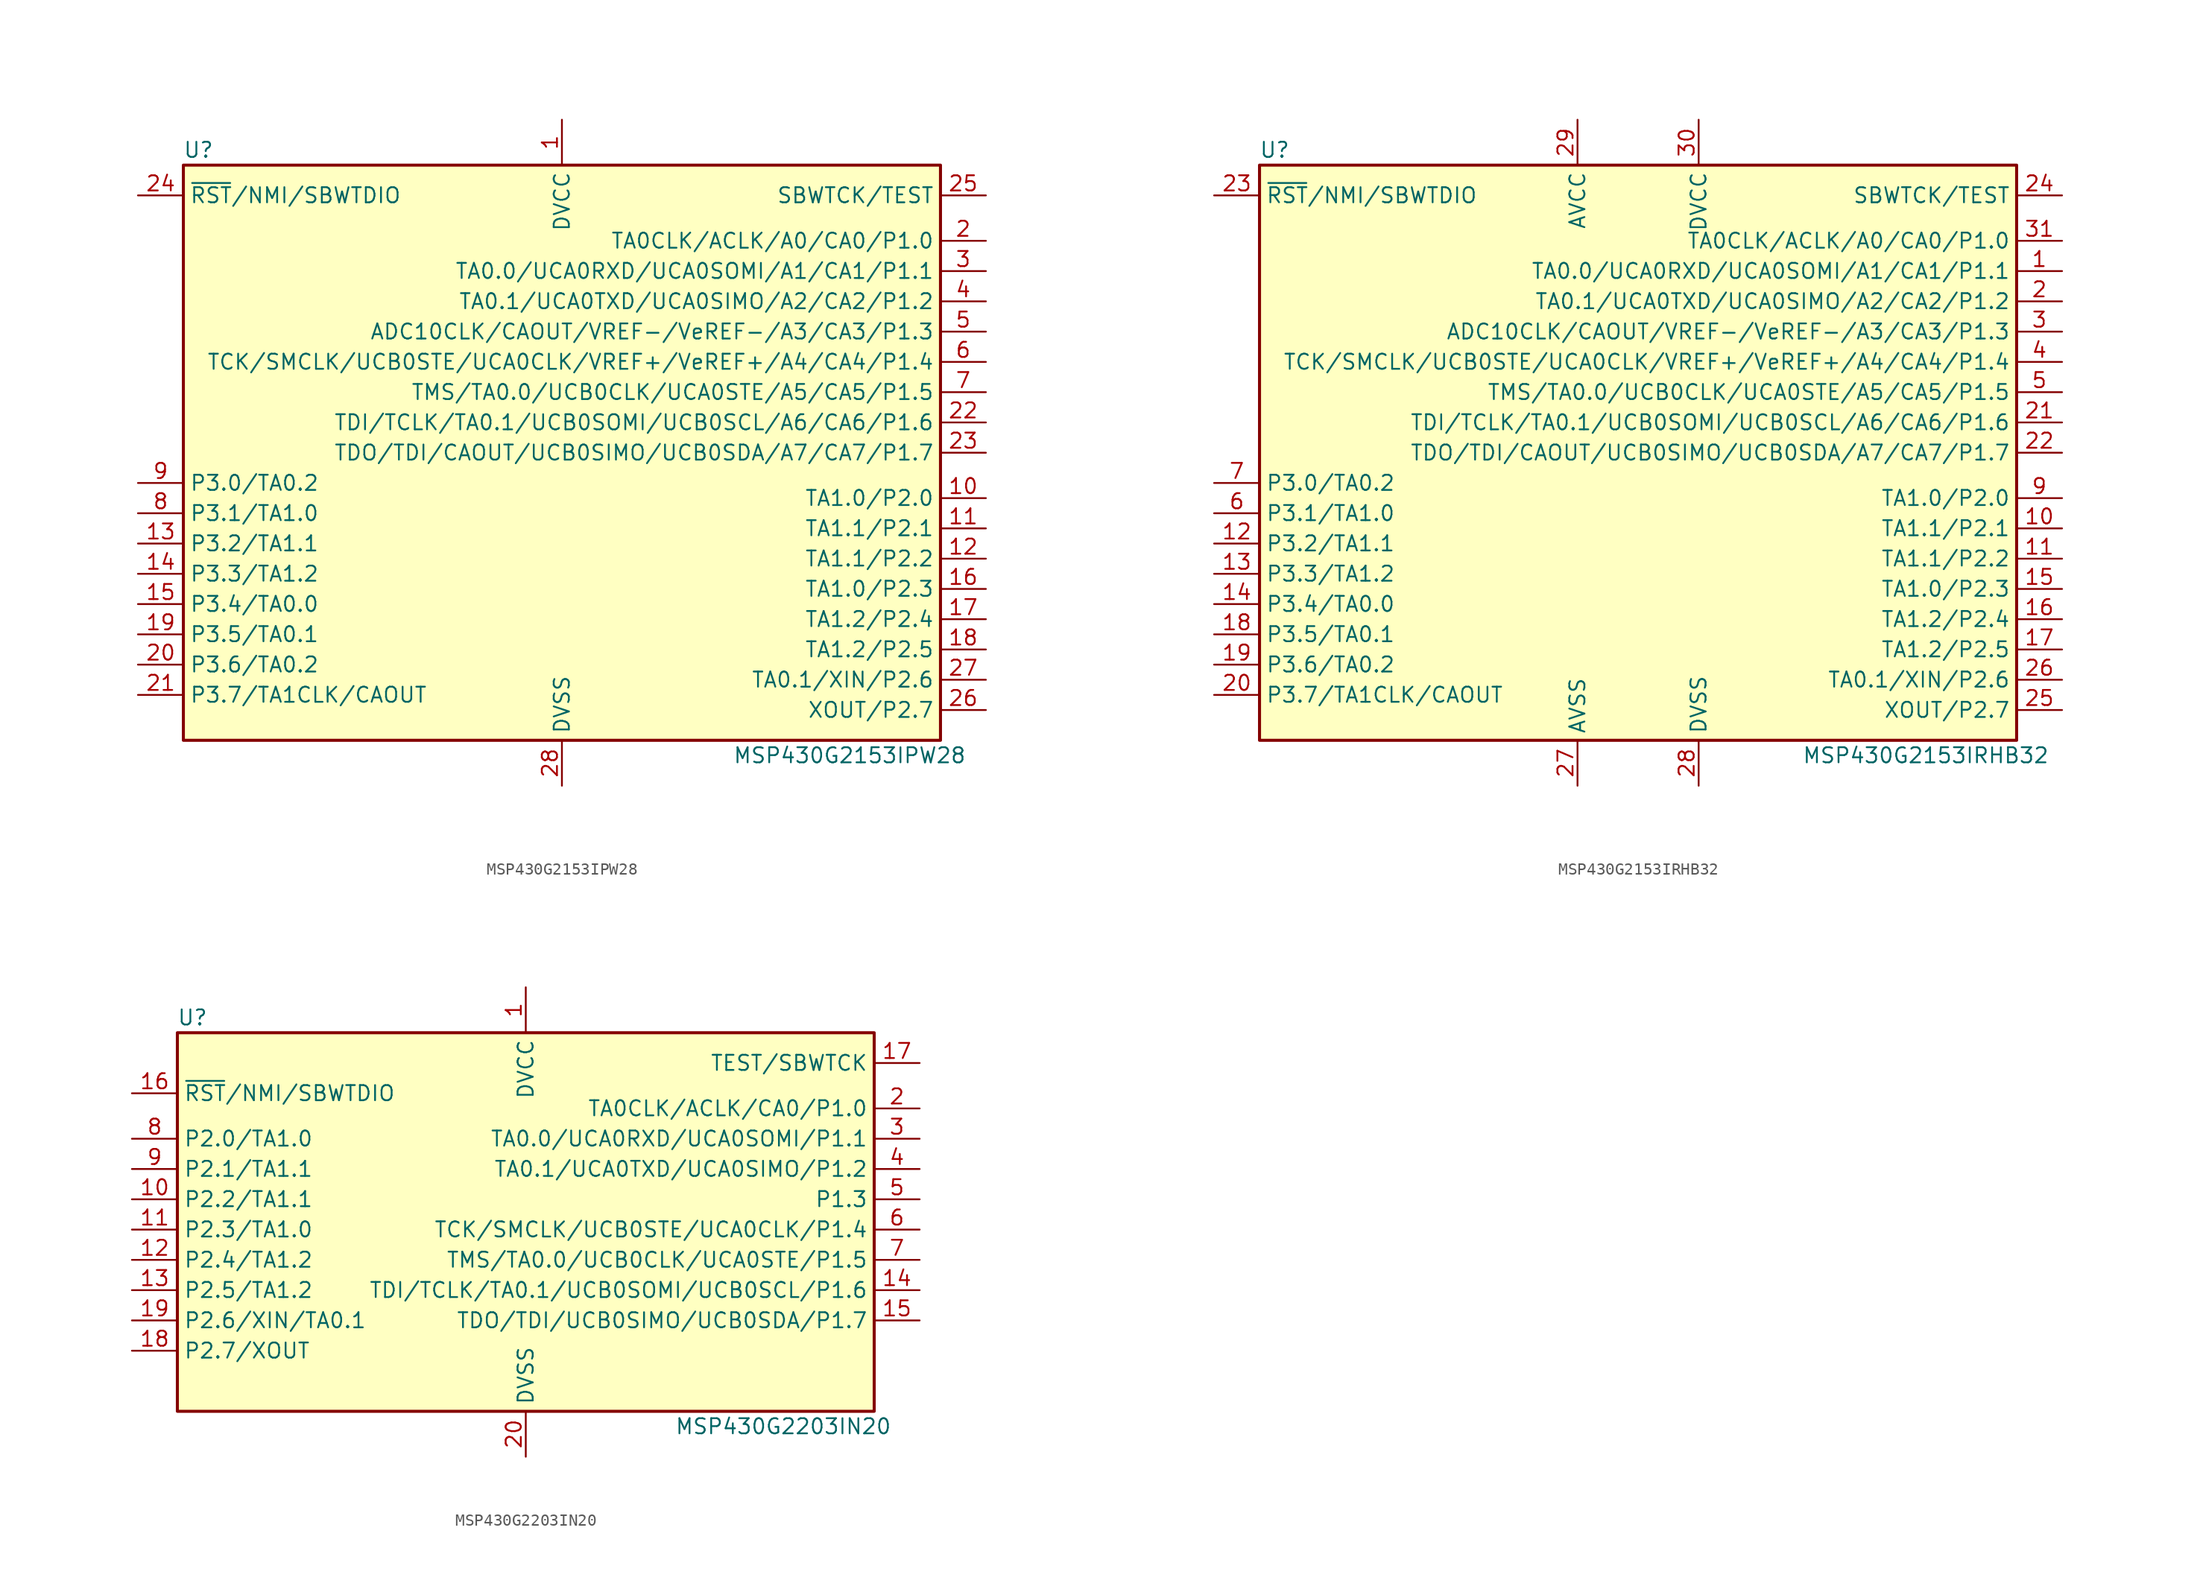
<source format=kicad_sym>
(kicad_symbol_lib
  (version 20201005)
  (generator kicad_symbol_editor)
  (symbol "MCU_Texas_MSP430:MSP430G2153IPW28"
    (property "Reference" "U"
      (at -30.48 25.4 0)
      (effects (font (size 1.27 1.27))))
    (property "Value" "MSP430G2153IPW28"
      (at 24.13 -25.4 0)
      (effects (font (size 1.27 1.27))))
    (symbol "MSP430G2153IPW28_0_1"
      (rectangle (start -31.75 24.13) (end 31.75 -24.13) (stroke (width 0.254)) (fill (type background))))
    (symbol "MSP430G2153IPW28_1_1"
      (pin power_in line (at 0 27.94 270) (length 3.81) (name "DVCC" (effects (font (size 1.27 1.27)))) (number "1" (effects (font (size 1.27 1.27)))))
      (pin bidirectional line (at 35.56 -3.81 180) (length 3.81) (name "TA1.0/P2.0" (effects (font (size 1.27 1.27)))) (number "10" (effects (font (size 1.27 1.27)))))
      (pin bidirectional line (at 35.56 -6.35 180) (length 3.81) (name "TA1.1/P2.1" (effects (font (size 1.27 1.27)))) (number "11" (effects (font (size 1.27 1.27)))))
      (pin bidirectional line (at 35.56 -8.89 180) (length 3.81) (name "TA1.1/P2.2" (effects (font (size 1.27 1.27)))) (number "12" (effects (font (size 1.27 1.27)))))
      (pin bidirectional line (at -35.56 -7.62 0) (length 3.81) (name "P3.2/TA1.1" (effects (font (size 1.27 1.27)))) (number "13" (effects (font (size 1.27 1.27)))))
      (pin bidirectional line (at -35.56 -10.16 0) (length 3.81) (name "P3.3/TA1.2" (effects (font (size 1.27 1.27)))) (number "14" (effects (font (size 1.27 1.27)))))
      (pin bidirectional line (at -35.56 -12.7 0) (length 3.81) (name "P3.4/TA0.0" (effects (font (size 1.27 1.27)))) (number "15" (effects (font (size 1.27 1.27)))))
      (pin bidirectional line (at 35.56 -11.43 180) (length 3.81) (name "TA1.0/P2.3" (effects (font (size 1.27 1.27)))) (number "16" (effects (font (size 1.27 1.27)))))
      (pin bidirectional line (at 35.56 -13.97 180) (length 3.81) (name "TA1.2/P2.4" (effects (font (size 1.27 1.27)))) (number "17" (effects (font (size 1.27 1.27)))))
      (pin bidirectional line (at 35.56 -16.51 180) (length 3.81) (name "TA1.2/P2.5" (effects (font (size 1.27 1.27)))) (number "18" (effects (font (size 1.27 1.27)))))
      (pin bidirectional line (at -35.56 -15.24 0) (length 3.81) (name "P3.5/TA0.1" (effects (font (size 1.27 1.27)))) (number "19" (effects (font (size 1.27 1.27)))))
      (pin bidirectional line (at 35.56 17.78 180) (length 3.81) (name "TA0CLK/ACLK/A0/CA0/P1.0" (effects (font (size 1.27 1.27)))) (number "2" (effects (font (size 1.27 1.27)))))
      (pin bidirectional line (at -35.56 -17.78 0) (length 3.81) (name "P3.6/TA0.2" (effects (font (size 1.27 1.27)))) (number "20" (effects (font (size 1.27 1.27)))))
      (pin bidirectional line (at -35.56 -20.32 0) (length 3.81) (name "P3.7/TA1CLK/CAOUT" (effects (font (size 1.27 1.27)))) (number "21" (effects (font (size 1.27 1.27)))))
      (pin bidirectional line (at 35.56 2.54 180) (length 3.81) (name "TDI/TCLK/TA0.1/UCB0SOMI/UCB0SCL/A6/CA6/P1.6" (effects (font (size 1.27 1.27)))) (number "22" (effects (font (size 1.27 1.27)))))
      (pin bidirectional line (at 35.56 0 180) (length 3.81) (name "TDO/TDI/CAOUT/UCB0SIMO/UCB0SDA/A7/CA7/P1.7" (effects (font (size 1.27 1.27)))) (number "23" (effects (font (size 1.27 1.27)))))
      (pin input line (at -35.56 21.59 0) (length 3.81) (name "~RST~/NMI/SBWTDIO" (effects (font (size 1.27 1.27)))) (number "24" (effects (font (size 1.27 1.27)))))
      (pin input line (at 35.56 21.59 180) (length 3.81) (name "SBWTCK/TEST" (effects (font (size 1.27 1.27)))) (number "25" (effects (font (size 1.27 1.27)))))
      (pin bidirectional line (at 35.56 -21.59 180) (length 3.81) (name "XOUT/P2.7" (effects (font (size 1.27 1.27)))) (number "26" (effects (font (size 1.27 1.27)))))
      (pin bidirectional line (at 35.56 -19.05 180) (length 3.81) (name "TA0.1/XIN/P2.6" (effects (font (size 1.27 1.27)))) (number "27" (effects (font (size 1.27 1.27)))))
      (pin power_in line (at 0 -27.94 90) (length 3.81) (name "DVSS" (effects (font (size 1.27 1.27)))) (number "28" (effects (font (size 1.27 1.27)))))
      (pin bidirectional line (at 35.56 15.24 180) (length 3.81) (name "TA0.0/UCA0RXD/UCA0SOMI/A1/CA1/P1.1" (effects (font (size 1.27 1.27)))) (number "3" (effects (font (size 1.27 1.27)))))
      (pin bidirectional line (at 35.56 12.7 180) (length 3.81) (name "TA0.1/UCA0TXD/UCA0SIMO/A2/CA2/P1.2" (effects (font (size 1.27 1.27)))) (number "4" (effects (font (size 1.27 1.27)))))
      (pin bidirectional line (at 35.56 10.16 180) (length 3.81) (name "ADC10CLK/CAOUT/VREF-/VeREF-/A3/CA3/P1.3" (effects (font (size 1.27 1.27)))) (number "5" (effects (font (size 1.27 1.27)))))
      (pin bidirectional line (at 35.56 7.62 180) (length 3.81) (name "TCK/SMCLK/UCB0STE/UCA0CLK/VREF+/VeREF+/A4/CA4/P1.4" (effects (font (size 1.27 1.27)))) (number "6" (effects (font (size 1.27 1.27)))))
      (pin bidirectional line (at 35.56 5.08 180) (length 3.81) (name "TMS/TA0.0/UCB0CLK/UCA0STE/A5/CA5/P1.5" (effects (font (size 1.27 1.27)))) (number "7" (effects (font (size 1.27 1.27)))))
      (pin bidirectional line (at -35.56 -5.08 0) (length 3.81) (name "P3.1/TA1.0" (effects (font (size 1.27 1.27)))) (number "8" (effects (font (size 1.27 1.27)))))
      (pin bidirectional line (at -35.56 -2.54 0) (length 3.81) (name "P3.0/TA0.2" (effects (font (size 1.27 1.27)))) (number "9" (effects (font (size 1.27 1.27)))))))
  (symbol "MCU_Texas_MSP430:MSP430G2153IRHB32"
    (property "Reference" "U"
      (at -30.48 25.4 0)
      (effects (font (size 1.27 1.27))))
    (property "Value" "MSP430G2153IRHB32"
      (at 24.13 -25.4 0)
      (effects (font (size 1.27 1.27))))
    (symbol "MSP430G2153IRHB32_0_1"
      (rectangle (start -31.75 24.13) (end 31.75 -24.13) (stroke (width 0.254)) (fill (type background))))
    (symbol "MSP430G2153IRHB32_1_1"
      (pin bidirectional line (at 35.56 15.24 180) (length 3.81) (name "TA0.0/UCA0RXD/UCA0SOMI/A1/CA1/P1.1" (effects (font (size 1.27 1.27)))) (number "1" (effects (font (size 1.27 1.27)))))
      (pin bidirectional line (at 35.56 -6.35 180) (length 3.81) (name "TA1.1/P2.1" (effects (font (size 1.27 1.27)))) (number "10" (effects (font (size 1.27 1.27)))))
      (pin bidirectional line (at 35.56 -8.89 180) (length 3.81) (name "TA1.1/P2.2" (effects (font (size 1.27 1.27)))) (number "11" (effects (font (size 1.27 1.27)))))
      (pin bidirectional line (at -35.56 -7.62 0) (length 3.81) (name "P3.2/TA1.1" (effects (font (size 1.27 1.27)))) (number "12" (effects (font (size 1.27 1.27)))))
      (pin bidirectional line (at -35.56 -10.16 0) (length 3.81) (name "P3.3/TA1.2" (effects (font (size 1.27 1.27)))) (number "13" (effects (font (size 1.27 1.27)))))
      (pin bidirectional line (at -35.56 -12.7 0) (length 3.81) (name "P3.4/TA0.0" (effects (font (size 1.27 1.27)))) (number "14" (effects (font (size 1.27 1.27)))))
      (pin bidirectional line (at 35.56 -11.43 180) (length 3.81) (name "TA1.0/P2.3" (effects (font (size 1.27 1.27)))) (number "15" (effects (font (size 1.27 1.27)))))
      (pin bidirectional line (at 35.56 -13.97 180) (length 3.81) (name "TA1.2/P2.4" (effects (font (size 1.27 1.27)))) (number "16" (effects (font (size 1.27 1.27)))))
      (pin bidirectional line (at 35.56 -16.51 180) (length 3.81) (name "TA1.2/P2.5" (effects (font (size 1.27 1.27)))) (number "17" (effects (font (size 1.27 1.27)))))
      (pin bidirectional line (at -35.56 -15.24 0) (length 3.81) (name "P3.5/TA0.1" (effects (font (size 1.27 1.27)))) (number "18" (effects (font (size 1.27 1.27)))))
      (pin bidirectional line (at -35.56 -17.78 0) (length 3.81) (name "P3.6/TA0.2" (effects (font (size 1.27 1.27)))) (number "19" (effects (font (size 1.27 1.27)))))
      (pin bidirectional line (at 35.56 12.7 180) (length 3.81) (name "TA0.1/UCA0TXD/UCA0SIMO/A2/CA2/P1.2" (effects (font (size 1.27 1.27)))) (number "2" (effects (font (size 1.27 1.27)))))
      (pin bidirectional line (at -35.56 -20.32 0) (length 3.81) (name "P3.7/TA1CLK/CAOUT" (effects (font (size 1.27 1.27)))) (number "20" (effects (font (size 1.27 1.27)))))
      (pin bidirectional line (at 35.56 2.54 180) (length 3.81) (name "TDI/TCLK/TA0.1/UCB0SOMI/UCB0SCL/A6/CA6/P1.6" (effects (font (size 1.27 1.27)))) (number "21" (effects (font (size 1.27 1.27)))))
      (pin bidirectional line (at 35.56 0 180) (length 3.81) (name "TDO/TDI/CAOUT/UCB0SIMO/UCB0SDA/A7/CA7/P1.7" (effects (font (size 1.27 1.27)))) (number "22" (effects (font (size 1.27 1.27)))))
      (pin input line (at -35.56 21.59 0) (length 3.81) (name "~RST~/NMI/SBWTDIO" (effects (font (size 1.27 1.27)))) (number "23" (effects (font (size 1.27 1.27)))))
      (pin input line (at 35.56 21.59 180) (length 3.81) (name "SBWTCK/TEST" (effects (font (size 1.27 1.27)))) (number "24" (effects (font (size 1.27 1.27)))))
      (pin bidirectional line (at 35.56 -21.59 180) (length 3.81) (name "XOUT/P2.7" (effects (font (size 1.27 1.27)))) (number "25" (effects (font (size 1.27 1.27)))))
      (pin bidirectional line (at 35.56 -19.05 180) (length 3.81) (name "TA0.1/XIN/P2.6" (effects (font (size 1.27 1.27)))) (number "26" (effects (font (size 1.27 1.27)))))
      (pin power_in line (at -5.08 -27.94 90) (length 3.81) (name "AVSS" (effects (font (size 1.27 1.27)))) (number "27" (effects (font (size 1.27 1.27)))))
      (pin power_in line (at 5.08 -27.94 90) (length 3.81) (name "DVSS" (effects (font (size 1.27 1.27)))) (number "28" (effects (font (size 1.27 1.27)))))
      (pin power_in line (at -5.08 27.94 270) (length 3.81) (name "AVCC" (effects (font (size 1.27 1.27)))) (number "29" (effects (font (size 1.27 1.27)))))
      (pin bidirectional line (at 35.56 10.16 180) (length 3.81) (name "ADC10CLK/CAOUT/VREF-/VeREF-/A3/CA3/P1.3" (effects (font (size 1.27 1.27)))) (number "3" (effects (font (size 1.27 1.27)))))
      (pin power_in line (at 5.08 27.94 270) (length 3.81) (name "DVCC" (effects (font (size 1.27 1.27)))) (number "30" (effects (font (size 1.27 1.27)))))
      (pin bidirectional line (at 35.56 17.78 180) (length 3.81) (name "TA0CLK/ACLK/A0/CA0/P1.0" (effects (font (size 1.27 1.27)))) (number "31" (effects (font (size 1.27 1.27)))))
      (pin bidirectional line (at 35.56 7.62 180) (length 3.81) (name "TCK/SMCLK/UCB0STE/UCA0CLK/VREF+/VeREF+/A4/CA4/P1.4" (effects (font (size 1.27 1.27)))) (number "4" (effects (font (size 1.27 1.27)))))
      (pin bidirectional line (at 35.56 5.08 180) (length 3.81) (name "TMS/TA0.0/UCB0CLK/UCA0STE/A5/CA5/P1.5" (effects (font (size 1.27 1.27)))) (number "5" (effects (font (size 1.27 1.27)))))
      (pin bidirectional line (at -35.56 -5.08 0) (length 3.81) (name "P3.1/TA1.0" (effects (font (size 1.27 1.27)))) (number "6" (effects (font (size 1.27 1.27)))))
      (pin bidirectional line (at -35.56 -2.54 0) (length 3.81) (name "P3.0/TA0.2" (effects (font (size 1.27 1.27)))) (number "7" (effects (font (size 1.27 1.27)))))
      (pin bidirectional line (at 35.56 -3.81 180) (length 3.81) (name "TA1.0/P2.0" (effects (font (size 1.27 1.27)))) (number "9" (effects (font (size 1.27 1.27)))))))
  (symbol "MCU_Texas_MSP430:MSP430G2203IN20"
    (property "Reference" "U"
      (at -27.94 17.78 0)
      (effects (font (size 1.27 1.27))))
    (property "Value" "MSP430G2203IN20"
      (at 21.59 -16.51 0)
      (effects (font (size 1.27 1.27))))
    (symbol "MSP430G2203IN20_0_1"
      (rectangle (start -29.21 16.51) (end 29.21 -15.24) (stroke (width 0.254)) (fill (type background))))
    (symbol "MSP430G2203IN20_1_1"
      (pin power_in line (at 0 20.32 270) (length 3.81) (name "DVCC" (effects (font (size 1.27 1.27)))) (number "1" (effects (font (size 1.27 1.27)))))
      (pin bidirectional line (at -33.02 2.54 0) (length 3.81) (name "P2.2/TA1.1" (effects (font (size 1.27 1.27)))) (number "10" (effects (font (size 1.27 1.27)))))
      (pin bidirectional line (at -33.02 0 0) (length 3.81) (name "P2.3/TA1.0" (effects (font (size 1.27 1.27)))) (number "11" (effects (font (size 1.27 1.27)))))
      (pin bidirectional line (at -33.02 -2.54 0) (length 3.81) (name "P2.4/TA1.2" (effects (font (size 1.27 1.27)))) (number "12" (effects (font (size 1.27 1.27)))))
      (pin bidirectional line (at -33.02 -5.08 0) (length 3.81) (name "P2.5/TA1.2" (effects (font (size 1.27 1.27)))) (number "13" (effects (font (size 1.27 1.27)))))
      (pin bidirectional line (at 33.02 -5.08 180) (length 3.81) (name "TDI/TCLK/TA0.1/UCB0SOMI/UCB0SCL/P1.6" (effects (font (size 1.27 1.27)))) (number "14" (effects (font (size 1.27 1.27)))))
      (pin bidirectional line (at 33.02 -7.62 180) (length 3.81) (name "TDO/TDI/UCB0SIMO/UCB0SDA/P1.7" (effects (font (size 1.27 1.27)))) (number "15" (effects (font (size 1.27 1.27)))))
      (pin input line (at -33.02 11.43 0) (length 3.81) (name "~RST~/NMI/SBWTDIO" (effects (font (size 1.27 1.27)))) (number "16" (effects (font (size 1.27 1.27)))))
      (pin input line (at 33.02 13.97 180) (length 3.81) (name "TEST/SBWTCK" (effects (font (size 1.27 1.27)))) (number "17" (effects (font (size 1.27 1.27)))))
      (pin bidirectional line (at -33.02 -10.16 0) (length 3.81) (name "P2.7/XOUT" (effects (font (size 1.27 1.27)))) (number "18" (effects (font (size 1.27 1.27)))))
      (pin bidirectional line (at -33.02 -7.62 0) (length 3.81) (name "P2.6/XIN/TA0.1" (effects (font (size 1.27 1.27)))) (number "19" (effects (font (size 1.27 1.27)))))
      (pin bidirectional line (at 33.02 10.16 180) (length 3.81) (name "TA0CLK/ACLK/CA0/P1.0" (effects (font (size 1.27 1.27)))) (number "2" (effects (font (size 1.27 1.27)))))
      (pin power_in line (at 0 -19.05 90) (length 3.81) (name "DVSS" (effects (font (size 1.27 1.27)))) (number "20" (effects (font (size 1.27 1.27)))))
      (pin bidirectional line (at 33.02 7.62 180) (length 3.81) (name "TA0.0/UCA0RXD/UCA0SOMI/P1.1" (effects (font (size 1.27 1.27)))) (number "3" (effects (font (size 1.27 1.27)))))
      (pin bidirectional line (at 33.02 5.08 180) (length 3.81) (name "TA0.1/UCA0TXD/UCA0SIMO/P1.2" (effects (font (size 1.27 1.27)))) (number "4" (effects (font (size 1.27 1.27)))))
      (pin bidirectional line (at 33.02 2.54 180) (length 3.81) (name "P1.3" (effects (font (size 1.27 1.27)))) (number "5" (effects (font (size 1.27 1.27)))))
      (pin bidirectional line (at 33.02 0 180) (length 3.81) (name "TCK/SMCLK/UCB0STE/UCA0CLK/P1.4" (effects (font (size 1.27 1.27)))) (number "6" (effects (font (size 1.27 1.27)))))
      (pin bidirectional line (at 33.02 -2.54 180) (length 3.81) (name "TMS/TA0.0/UCB0CLK/UCA0STE/P1.5" (effects (font (size 1.27 1.27)))) (number "7" (effects (font (size 1.27 1.27)))))
      (pin bidirectional line (at -33.02 7.62 0) (length 3.81) (name "P2.0/TA1.0" (effects (font (size 1.27 1.27)))) (number "8" (effects (font (size 1.27 1.27)))))
      (pin bidirectional line (at -33.02 5.08 0) (length 3.81) (name "P2.1/TA1.1" (effects (font (size 1.27 1.27)))) (number "9" (effects (font (size 1.27 1.27))))))))
</source>
